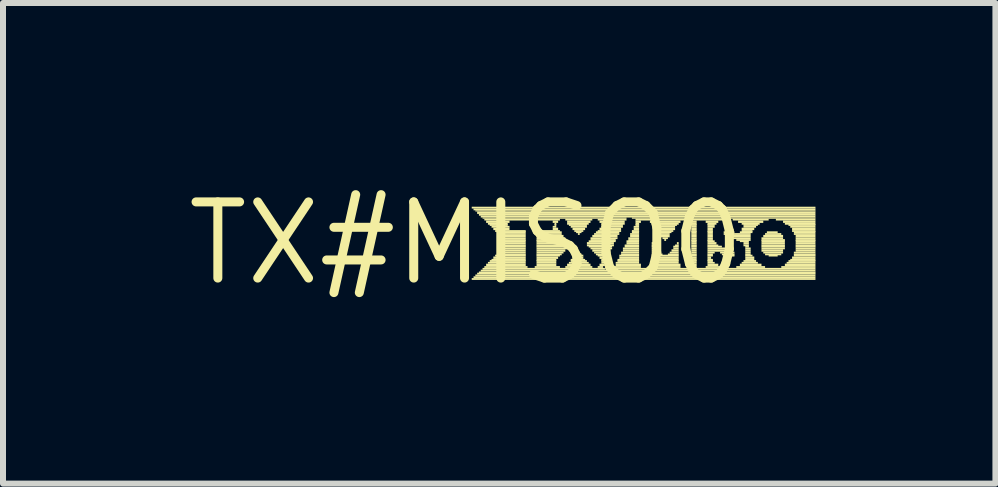
<source format=kicad_pcb>
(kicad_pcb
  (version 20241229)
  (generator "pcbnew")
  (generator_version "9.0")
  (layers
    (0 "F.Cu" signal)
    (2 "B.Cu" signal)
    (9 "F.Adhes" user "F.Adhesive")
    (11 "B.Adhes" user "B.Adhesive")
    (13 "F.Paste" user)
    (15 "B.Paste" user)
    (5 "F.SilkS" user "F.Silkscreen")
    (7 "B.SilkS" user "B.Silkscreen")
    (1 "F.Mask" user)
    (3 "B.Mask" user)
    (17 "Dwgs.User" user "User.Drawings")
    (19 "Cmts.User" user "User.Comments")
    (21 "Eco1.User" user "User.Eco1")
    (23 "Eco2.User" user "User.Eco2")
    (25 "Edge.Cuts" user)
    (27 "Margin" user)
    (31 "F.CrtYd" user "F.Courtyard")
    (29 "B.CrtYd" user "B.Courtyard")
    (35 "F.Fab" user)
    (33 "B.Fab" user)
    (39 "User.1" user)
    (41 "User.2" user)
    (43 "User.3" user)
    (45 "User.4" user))
  (footprint "TX#MISO0"
    (layer "F.Cu")
    (at 4.724 1.006)
    (property "Reference" "TX#MISO0" (at 0 0 0) (layer "F.SilkS") (effects (font (size 1.27 1.27) (thickness 0.15))))
    (fp_poly (pts (xy 0.09 -0.58) (xy 5.82 -0.58) (xy 5.82 -0.61) (xy 0.09 -0.61)) (stroke (width 0) (type solid)) (fill yes) (layer "F.SilkS"))
    (fp_poly (pts (xy 0.09 0.61) (xy 5.82 0.61) (xy 5.82 0.58) (xy 0.09 0.58)) (stroke (width 0) (type solid)) (fill yes) (layer "F.SilkS"))
    (fp_poly (pts (xy 0.12 -0.55) (xy 5.82 -0.55) (xy 5.82 -0.58) (xy 0.12 -0.58)) (stroke (width 0) (type solid)) (fill yes) (layer "F.SilkS"))
    (fp_poly (pts (xy 0.12 0.58) (xy 5.82 0.58) (xy 5.82 0.55) (xy 0.12 0.55)) (stroke (width 0) (type solid)) (fill yes) (layer "F.SilkS"))
    (fp_poly (pts (xy 0.15 -0.53) (xy 5.82 -0.53) (xy 5.82 -0.55) (xy 0.15 -0.55)) (stroke (width 0) (type solid)) (fill yes) (layer "F.SilkS"))
    (fp_poly (pts (xy 0.15 0.55) (xy 5.82 0.55) (xy 5.82 0.52) (xy 0.15 0.52)) (stroke (width 0) (type solid)) (fill yes) (layer "F.SilkS"))
    (fp_poly (pts (xy 0.18 -0.49) (xy 5.82 -0.49) (xy 5.82 -0.53) (xy 0.18 -0.53)) (stroke (width 0) (type solid)) (fill yes) (layer "F.SilkS"))
    (fp_poly (pts (xy 0.18 0.52) (xy 5.82 0.52) (xy 5.82 0.49) (xy 0.18 0.49)) (stroke (width 0) (type solid)) (fill yes) (layer "F.SilkS"))
    (fp_poly (pts (xy 0.21 -0.46) (xy 5.82 -0.46) (xy 5.82 -0.49) (xy 0.21 -0.49)) (stroke (width 0) (type solid)) (fill yes) (layer "F.SilkS"))
    (fp_poly (pts (xy 0.21 0.5) (xy 5.82 0.5) (xy 5.82 0.47) (xy 0.21 0.47)) (stroke (width 0) (type solid)) (fill yes) (layer "F.SilkS"))
    (fp_poly (pts (xy 0.24 -0.43) (xy 5.82 -0.43) (xy 5.82 -0.46) (xy 0.24 -0.46)) (stroke (width 0) (type solid)) (fill yes) (layer "F.SilkS"))
    (fp_poly (pts (xy 0.24 0.47) (xy 2.37 0.47) (xy 2.37 0.44) (xy 0.24 0.44)) (stroke (width 0) (type solid)) (fill yes) (layer "F.SilkS"))
    (fp_poly (pts (xy 0.27 -0.41) (xy 2.67 -0.41) (xy 2.67 -0.43) (xy 0.27 -0.43)) (stroke (width 0) (type solid)) (fill yes) (layer "F.SilkS"))
    (fp_poly (pts (xy 0.27 0.44) (xy 2.31 0.44) (xy 2.31 0.41) (xy 0.27 0.41)) (stroke (width 0) (type solid)) (fill yes) (layer "F.SilkS"))
    (fp_poly (pts (xy 0.3 -0.38) (xy 1.56 -0.38) (xy 1.56 -0.41) (xy 0.3 -0.41)) (stroke (width 0) (type solid)) (fill yes) (layer "F.SilkS"))
    (fp_poly (pts (xy 0.3 0.41) (xy 1.02 0.41) (xy 1.02 0.38) (xy 0.3 0.38)) (stroke (width 0) (type solid)) (fill yes) (layer "F.SilkS"))
    (fp_poly (pts (xy 0.33 -0.34) (xy 0.72 -0.34) (xy 0.72 -0.38) (xy 0.33 -0.38)) (stroke (width 0) (type solid)) (fill yes) (layer "F.SilkS"))
    (fp_poly (pts (xy 0.33 0.38) (xy 0.99 0.38) (xy 0.99 0.34) (xy 0.33 0.34)) (stroke (width 0) (type solid)) (fill yes) (layer "F.SilkS"))
    (fp_poly (pts (xy 0.36 -0.31) (xy 0.69 -0.31) (xy 0.69 -0.34) (xy 0.36 -0.34)) (stroke (width 0) (type solid)) (fill yes) (layer "F.SilkS"))
    (fp_poly (pts (xy 0.36 0.34) (xy 0.99 0.34) (xy 0.99 0.31) (xy 0.36 0.31)) (stroke (width 0) (type solid)) (fill yes) (layer "F.SilkS"))
    (fp_poly (pts (xy 0.39 -0.29) (xy 0.69 -0.29) (xy 0.69 -0.32) (xy 0.39 -0.32)) (stroke (width 0) (type solid)) (fill yes) (layer "F.SilkS"))
    (fp_poly (pts (xy 0.39 0.31) (xy 0.99 0.31) (xy 0.99 0.28) (xy 0.39 0.28)) (stroke (width 0) (type solid)) (fill yes) (layer "F.SilkS"))
    (fp_poly (pts (xy 0.42 -0.26) (xy 0.72 -0.26) (xy 0.72 -0.29) (xy 0.42 -0.29)) (stroke (width 0) (type solid)) (fill yes) (layer "F.SilkS"))
    (fp_poly (pts (xy 0.42 0.29) (xy 0.99 0.29) (xy 0.99 0.26) (xy 0.42 0.26)) (stroke (width 0) (type solid)) (fill yes) (layer "F.SilkS"))
    (fp_poly (pts (xy 0.45 -0.22) (xy 0.72 -0.22) (xy 0.72 -0.26) (xy 0.45 -0.26)) (stroke (width 0) (type solid)) (fill yes) (layer "F.SilkS"))
    (fp_poly (pts (xy 0.45 0.26) (xy 0.99 0.26) (xy 0.99 0.22) (xy 0.45 0.22)) (stroke (width 0) (type solid)) (fill yes) (layer "F.SilkS"))
    (fp_poly (pts (xy 0.48 -0.19) (xy 0.99 -0.19) (xy 0.99 -0.22) (xy 0.48 -0.22)) (stroke (width 0) (type solid)) (fill yes) (layer "F.SilkS"))
    (fp_poly (pts (xy 0.48 0.22) (xy 0.99 0.22) (xy 0.99 0.19) (xy 0.48 0.19)) (stroke (width 0) (type solid)) (fill yes) (layer "F.SilkS"))
    (fp_poly (pts (xy 0.51 -0.17) (xy 0.99 -0.17) (xy 0.99 -0.2) (xy 0.51 -0.2)) (stroke (width 0) (type solid)) (fill yes) (layer "F.SilkS"))
    (fp_poly (pts (xy 0.51 0.2) (xy 0.99 0.2) (xy 0.99 0.17) (xy 0.51 0.17)) (stroke (width 0) (type solid)) (fill yes) (layer "F.SilkS"))
    (fp_poly (pts (xy 0.54 -0.14) (xy 0.99 -0.14) (xy 0.99 -0.17) (xy 0.54 -0.17)) (stroke (width 0) (type solid)) (fill yes) (layer "F.SilkS"))
    (fp_poly (pts (xy 0.54 0.17) (xy 0.99 0.17) (xy 0.99 0.14) (xy 0.54 0.14)) (stroke (width 0) (type solid)) (fill yes) (layer "F.SilkS"))
    (fp_poly (pts (xy 0.57 -0.1) (xy 0.99 -0.1) (xy 0.99 -0.14) (xy 0.57 -0.14)) (stroke (width 0) (type solid)) (fill yes) (layer "F.SilkS"))
    (fp_poly (pts (xy 0.57 0.14) (xy 0.99 0.14) (xy 0.99 0.1) (xy 0.57 0.1)) (stroke (width 0) (type solid)) (fill yes) (layer "F.SilkS"))
    (fp_poly (pts (xy 0.6 -0.07) (xy 0.99 -0.07) (xy 0.99 -0.1) (xy 0.6 -0.1)) (stroke (width 0) (type solid)) (fill yes) (layer "F.SilkS"))
    (fp_poly (pts (xy 0.6 -0.04) (xy 0.99 -0.04) (xy 0.99 -0.07) (xy 0.6 -0.07)) (stroke (width 0) (type solid)) (fill yes) (layer "F.SilkS"))
    (fp_poly (pts (xy 0.6 -0.02) (xy 0.99 -0.02) (xy 0.99 -0.05) (xy 0.6 -0.05)) (stroke (width 0) (type solid)) (fill yes) (layer "F.SilkS"))
    (fp_poly (pts (xy 0.6 0.02) (xy 0.99 0.02) (xy 0.99 -0.02) (xy 0.6 -0.02)) (stroke (width 0) (type solid)) (fill yes) (layer "F.SilkS"))
    (fp_poly (pts (xy 0.6 0.05) (xy 0.99 0.05) (xy 0.99 0.02) (xy 0.6 0.02)) (stroke (width 0) (type solid)) (fill yes) (layer "F.SilkS"))
    (fp_poly (pts (xy 0.6 0.07) (xy 0.99 0.07) (xy 0.99 0.04) (xy 0.6 0.04)) (stroke (width 0) (type solid)) (fill yes) (layer "F.SilkS"))
    (fp_poly (pts (xy 0.6 0.1) (xy 0.99 0.1) (xy 0.99 0.07) (xy 0.6 0.07)) (stroke (width 0) (type solid)) (fill yes) (layer "F.SilkS"))
    (fp_poly (pts (xy 1.14 0.41) (xy 1.56 0.41) (xy 1.56 0.38) (xy 1.14 0.38)) (stroke (width 0) (type solid)) (fill yes) (layer "F.SilkS"))
    (fp_poly (pts (xy 1.17 -0.19) (xy 1.56 -0.19) (xy 1.56 -0.22) (xy 1.17 -0.22)) (stroke (width 0) (type solid)) (fill yes) (layer "F.SilkS"))
    (fp_poly (pts (xy 1.17 -0.17) (xy 1.59 -0.17) (xy 1.59 -0.2) (xy 1.17 -0.2)) (stroke (width 0) (type solid)) (fill yes) (layer "F.SilkS"))
    (fp_poly (pts (xy 1.17 -0.14) (xy 1.59 -0.14) (xy 1.59 -0.17) (xy 1.17 -0.17)) (stroke (width 0) (type solid)) (fill yes) (layer "F.SilkS"))
    (fp_poly (pts (xy 1.17 -0.1) (xy 1.62 -0.1) (xy 1.62 -0.14) (xy 1.17 -0.14)) (stroke (width 0) (type solid)) (fill yes) (layer "F.SilkS"))
    (fp_poly (pts (xy 1.17 -0.07) (xy 1.65 -0.07) (xy 1.65 -0.1) (xy 1.17 -0.1)) (stroke (width 0) (type solid)) (fill yes) (layer "F.SilkS"))
    (fp_poly (pts (xy 1.17 -0.04) (xy 1.68 -0.04) (xy 1.68 -0.07) (xy 1.17 -0.07)) (stroke (width 0) (type solid)) (fill yes) (layer "F.SilkS"))
    (fp_poly (pts (xy 1.17 -0.02) (xy 1.71 -0.02) (xy 1.71 -0.05) (xy 1.17 -0.05)) (stroke (width 0) (type solid)) (fill yes) (layer "F.SilkS"))
    (fp_poly (pts (xy 1.17 0.02) (xy 1.74 0.02) (xy 1.74 -0.02) (xy 1.17 -0.02)) (stroke (width 0) (type solid)) (fill yes) (layer "F.SilkS"))
    (fp_poly (pts (xy 1.17 0.05) (xy 1.71 0.05) (xy 1.71 0.02) (xy 1.17 0.02)) (stroke (width 0) (type solid)) (fill yes) (layer "F.SilkS"))
    (fp_poly (pts (xy 1.17 0.07) (xy 1.68 0.07) (xy 1.68 0.04) (xy 1.17 0.04)) (stroke (width 0) (type solid)) (fill yes) (layer "F.SilkS"))
    (fp_poly (pts (xy 1.17 0.1) (xy 1.68 0.1) (xy 1.68 0.07) (xy 1.17 0.07)) (stroke (width 0) (type solid)) (fill yes) (layer "F.SilkS"))
    (fp_poly (pts (xy 1.17 0.14) (xy 1.65 0.14) (xy 1.65 0.1) (xy 1.17 0.1)) (stroke (width 0) (type solid)) (fill yes) (layer "F.SilkS"))
    (fp_poly (pts (xy 1.17 0.17) (xy 1.62 0.17) (xy 1.62 0.14) (xy 1.17 0.14)) (stroke (width 0) (type solid)) (fill yes) (layer "F.SilkS"))
    (fp_poly (pts (xy 1.17 0.2) (xy 1.59 0.2) (xy 1.59 0.17) (xy 1.17 0.17)) (stroke (width 0) (type solid)) (fill yes) (layer "F.SilkS"))
    (fp_poly (pts (xy 1.17 0.22) (xy 1.56 0.22) (xy 1.56 0.19) (xy 1.17 0.19)) (stroke (width 0) (type solid)) (fill yes) (layer "F.SilkS"))
    (fp_poly (pts (xy 1.17 0.26) (xy 1.53 0.26) (xy 1.53 0.22) (xy 1.17 0.22)) (stroke (width 0) (type solid)) (fill yes) (layer "F.SilkS"))
    (fp_poly (pts (xy 1.17 0.29) (xy 1.5 0.29) (xy 1.5 0.26) (xy 1.17 0.26)) (stroke (width 0) (type solid)) (fill yes) (layer "F.SilkS"))
    (fp_poly (pts (xy 1.17 0.31) (xy 1.5 0.31) (xy 1.5 0.28) (xy 1.17 0.28)) (stroke (width 0) (type solid)) (fill yes) (layer "F.SilkS"))
    (fp_poly (pts (xy 1.17 0.34) (xy 1.5 0.34) (xy 1.5 0.31) (xy 1.17 0.31)) (stroke (width 0) (type solid)) (fill yes) (layer "F.SilkS"))
    (fp_poly (pts (xy 1.17 0.38) (xy 1.5 0.38) (xy 1.5 0.34) (xy 1.17 0.34)) (stroke (width 0) (type solid)) (fill yes) (layer "F.SilkS"))
    (fp_poly (pts (xy 1.44 -0.34) (xy 1.53 -0.34) (xy 1.53 -0.38) (xy 1.44 -0.38)) (stroke (width 0) (type solid)) (fill yes) (layer "F.SilkS"))
    (fp_poly (pts (xy 1.44 -0.26) (xy 1.5 -0.26) (xy 1.5 -0.29) (xy 1.44 -0.29)) (stroke (width 0) (type solid)) (fill yes) (layer "F.SilkS"))
    (fp_poly (pts (xy 1.44 -0.22) (xy 1.53 -0.22) (xy 1.53 -0.26) (xy 1.44 -0.26)) (stroke (width 0) (type solid)) (fill yes) (layer "F.SilkS"))
    (fp_poly (pts (xy 1.47 -0.31) (xy 1.5 -0.31) (xy 1.5 -0.34) (xy 1.47 -0.34)) (stroke (width 0) (type solid)) (fill yes) (layer "F.SilkS"))
    (fp_poly (pts (xy 1.47 -0.29) (xy 1.5 -0.29) (xy 1.5 -0.32) (xy 1.47 -0.32)) (stroke (width 0) (type solid)) (fill yes) (layer "F.SilkS"))
    (fp_poly (pts (xy 1.65 -0.38) (xy 2.1 -0.38) (xy 2.1 -0.41) (xy 1.65 -0.41)) (stroke (width 0) (type solid)) (fill yes) (layer "F.SilkS"))
    (fp_poly (pts (xy 1.65 0.41) (xy 2.1 0.41) (xy 2.1 0.38) (xy 1.65 0.38)) (stroke (width 0) (type solid)) (fill yes) (layer "F.SilkS"))
    (fp_poly (pts (xy 1.68 -0.34) (xy 2.07 -0.34) (xy 2.07 -0.38) (xy 1.68 -0.38)) (stroke (width 0) (type solid)) (fill yes) (layer "F.SilkS"))
    (fp_poly (pts (xy 1.68 -0.31) (xy 2.04 -0.31) (xy 2.04 -0.34) (xy 1.68 -0.34)) (stroke (width 0) (type solid)) (fill yes) (layer "F.SilkS"))
    (fp_poly (pts (xy 1.68 0.38) (xy 2.07 0.38) (xy 2.07 0.34) (xy 1.68 0.34)) (stroke (width 0) (type solid)) (fill yes) (layer "F.SilkS"))
    (fp_poly (pts (xy 1.71 -0.29) (xy 2.01 -0.29) (xy 2.01 -0.32) (xy 1.71 -0.32)) (stroke (width 0) (type solid)) (fill yes) (layer "F.SilkS"))
    (fp_poly (pts (xy 1.71 0.34) (xy 2.04 0.34) (xy 2.04 0.31) (xy 1.71 0.31)) (stroke (width 0) (type solid)) (fill yes) (layer "F.SilkS"))
    (fp_poly (pts (xy 1.74 -0.26) (xy 2.01 -0.26) (xy 2.01 -0.29) (xy 1.74 -0.29)) (stroke (width 0) (type solid)) (fill yes) (layer "F.SilkS"))
    (fp_poly (pts (xy 1.74 0.29) (xy 1.98 0.29) (xy 1.98 0.26) (xy 1.74 0.26)) (stroke (width 0) (type solid)) (fill yes) (layer "F.SilkS"))
    (fp_poly (pts (xy 1.74 0.31) (xy 2.01 0.31) (xy 2.01 0.28) (xy 1.74 0.28)) (stroke (width 0) (type solid)) (fill yes) (layer "F.SilkS"))
    (fp_poly (pts (xy 1.77 -0.22) (xy 1.98 -0.22) (xy 1.98 -0.26) (xy 1.77 -0.26)) (stroke (width 0) (type solid)) (fill yes) (layer "F.SilkS"))
    (fp_poly (pts (xy 1.77 0.26) (xy 1.95 0.26) (xy 1.95 0.22) (xy 1.77 0.22)) (stroke (width 0) (type solid)) (fill yes) (layer "F.SilkS"))
    (fp_poly (pts (xy 1.8 -0.19) (xy 1.95 -0.19) (xy 1.95 -0.22) (xy 1.8 -0.22)) (stroke (width 0) (type solid)) (fill yes) (layer "F.SilkS"))
    (fp_poly (pts (xy 1.8 0.22) (xy 1.95 0.22) (xy 1.95 0.19) (xy 1.8 0.19)) (stroke (width 0) (type solid)) (fill yes) (layer "F.SilkS"))
    (fp_poly (pts (xy 1.83 -0.17) (xy 1.92 -0.17) (xy 1.92 -0.2) (xy 1.83 -0.2)) (stroke (width 0) (type solid)) (fill yes) (layer "F.SilkS"))
    (fp_poly (pts (xy 1.83 0.2) (xy 1.92 0.2) (xy 1.92 0.17) (xy 1.83 0.17)) (stroke (width 0) (type solid)) (fill yes) (layer "F.SilkS"))
    (fp_poly (pts (xy 1.86 -0.14) (xy 1.89 -0.14) (xy 1.89 -0.17) (xy 1.86 -0.17)) (stroke (width 0) (type solid)) (fill yes) (layer "F.SilkS"))
    (fp_poly (pts (xy 1.86 0.17) (xy 1.89 0.17) (xy 1.89 0.14) (xy 1.86 0.14)) (stroke (width 0) (type solid)) (fill yes) (layer "F.SilkS"))
    (fp_poly (pts (xy 2.01 0.02) (xy 2.46 0.02) (xy 2.46 -0.02) (xy 2.01 -0.02)) (stroke (width 0) (type solid)) (fill yes) (layer "F.SilkS"))
    (fp_poly (pts (xy 2.01 0.05) (xy 2.46 0.05) (xy 2.46 0.02) (xy 2.01 0.02)) (stroke (width 0) (type solid)) (fill yes) (layer "F.SilkS"))
    (fp_poly (pts (xy 2.04 -0.02) (xy 2.49 -0.02) (xy 2.49 -0.05) (xy 2.04 -0.05)) (stroke (width 0) (type solid)) (fill yes) (layer "F.SilkS"))
    (fp_poly (pts (xy 2.04 0.07) (xy 2.43 0.07) (xy 2.43 0.04) (xy 2.04 0.04)) (stroke (width 0) (type solid)) (fill yes) (layer "F.SilkS"))
    (fp_poly (pts (xy 2.07 -0.07) (xy 2.52 -0.07) (xy 2.52 -0.1) (xy 2.07 -0.1)) (stroke (width 0) (type solid)) (fill yes) (layer "F.SilkS"))
    (fp_poly (pts (xy 2.07 -0.04) (xy 2.49 -0.04) (xy 2.49 -0.07) (xy 2.07 -0.07)) (stroke (width 0) (type solid)) (fill yes) (layer "F.SilkS"))
    (fp_poly (pts (xy 2.07 0.1) (xy 2.43 0.1) (xy 2.43 0.07) (xy 2.07 0.07)) (stroke (width 0) (type solid)) (fill yes) (layer "F.SilkS"))
    (fp_poly (pts (xy 2.1 -0.1) (xy 2.52 -0.1) (xy 2.52 -0.14) (xy 2.1 -0.14)) (stroke (width 0) (type solid)) (fill yes) (layer "F.SilkS"))
    (fp_poly (pts (xy 2.1 0.14) (xy 2.4 0.14) (xy 2.4 0.1) (xy 2.1 0.1)) (stroke (width 0) (type solid)) (fill yes) (layer "F.SilkS"))
    (fp_poly (pts (xy 2.13 -0.14) (xy 2.55 -0.14) (xy 2.55 -0.17) (xy 2.13 -0.17)) (stroke (width 0) (type solid)) (fill yes) (layer "F.SilkS"))
    (fp_poly (pts (xy 2.13 0.17) (xy 2.4 0.17) (xy 2.4 0.14) (xy 2.13 0.14)) (stroke (width 0) (type solid)) (fill yes) (layer "F.SilkS"))
    (fp_poly (pts (xy 2.16 -0.17) (xy 2.55 -0.17) (xy 2.55 -0.2) (xy 2.16 -0.2)) (stroke (width 0) (type solid)) (fill yes) (layer "F.SilkS"))
    (fp_poly (pts (xy 2.16 0.2) (xy 2.37 0.2) (xy 2.37 0.17) (xy 2.16 0.17)) (stroke (width 0) (type solid)) (fill yes) (layer "F.SilkS"))
    (fp_poly (pts (xy 2.19 -0.38) (xy 2.67 -0.38) (xy 2.67 -0.41) (xy 2.19 -0.41)) (stroke (width 0) (type solid)) (fill yes) (layer "F.SilkS"))
    (fp_poly (pts (xy 2.19 -0.19) (xy 2.58 -0.19) (xy 2.58 -0.22) (xy 2.19 -0.22)) (stroke (width 0) (type solid)) (fill yes) (layer "F.SilkS"))
    (fp_poly (pts (xy 2.19 0.22) (xy 2.37 0.22) (xy 2.37 0.19) (xy 2.19 0.19)) (stroke (width 0) (type solid)) (fill yes) (layer "F.SilkS"))
    (fp_poly (pts (xy 2.19 0.41) (xy 2.28 0.41) (xy 2.28 0.38) (xy 2.19 0.38)) (stroke (width 0) (type solid)) (fill yes) (layer "F.SilkS"))
    (fp_poly (pts (xy 2.22 -0.34) (xy 2.64 -0.34) (xy 2.64 -0.38) (xy 2.22 -0.38)) (stroke (width 0) (type solid)) (fill yes) (layer "F.SilkS"))
    (fp_poly (pts (xy 2.22 -0.22) (xy 2.58 -0.22) (xy 2.58 -0.26) (xy 2.22 -0.26)) (stroke (width 0) (type solid)) (fill yes) (layer "F.SilkS"))
    (fp_poly (pts (xy 2.22 0.26) (xy 2.34 0.26) (xy 2.34 0.22) (xy 2.22 0.22)) (stroke (width 0) (type solid)) (fill yes) (layer "F.SilkS"))
    (fp_poly (pts (xy 2.22 0.38) (xy 2.31 0.38) (xy 2.31 0.34) (xy 2.22 0.34)) (stroke (width 0) (type solid)) (fill yes) (layer "F.SilkS"))
    (fp_poly (pts (xy 2.25 -0.31) (xy 2.64 -0.31) (xy 2.64 -0.34) (xy 2.25 -0.34)) (stroke (width 0) (type solid)) (fill yes) (layer "F.SilkS"))
    (fp_poly (pts (xy 2.25 -0.29) (xy 2.61 -0.29) (xy 2.61 -0.32) (xy 2.25 -0.32)) (stroke (width 0) (type solid)) (fill yes) (layer "F.SilkS"))
    (fp_poly (pts (xy 2.25 -0.26) (xy 2.61 -0.26) (xy 2.61 -0.29) (xy 2.25 -0.29)) (stroke (width 0) (type solid)) (fill yes) (layer "F.SilkS"))
    (fp_poly (pts (xy 2.25 0.29) (xy 2.34 0.29) (xy 2.34 0.26) (xy 2.25 0.26)) (stroke (width 0) (type solid)) (fill yes) (layer "F.SilkS"))
    (fp_poly (pts (xy 2.25 0.31) (xy 2.34 0.31) (xy 2.34 0.28) (xy 2.25 0.28)) (stroke (width 0) (type solid)) (fill yes) (layer "F.SilkS"))
    (fp_poly (pts (xy 2.25 0.34) (xy 2.31 0.34) (xy 2.31 0.31) (xy 2.25 0.31)) (stroke (width 0) (type solid)) (fill yes) (layer "F.SilkS"))
    (fp_poly (pts (xy 2.43 0.47) (xy 5.82 0.47) (xy 5.82 0.44) (xy 2.43 0.44)) (stroke (width 0) (type solid)) (fill yes) (layer "F.SilkS"))
    (fp_poly (pts (xy 2.46 0.41) (xy 2.91 0.41) (xy 2.91 0.38) (xy 2.46 0.38)) (stroke (width 0) (type solid)) (fill yes) (layer "F.SilkS"))
    (fp_poly (pts (xy 2.46 0.44) (xy 5.82 0.44) (xy 5.82 0.41) (xy 2.46 0.41)) (stroke (width 0) (type solid)) (fill yes) (layer "F.SilkS"))
    (fp_poly (pts (xy 2.49 0.34) (xy 2.88 0.34) (xy 2.88 0.31) (xy 2.49 0.31)) (stroke (width 0) (type solid)) (fill yes) (layer "F.SilkS"))
    (fp_poly (pts (xy 2.49 0.38) (xy 2.91 0.38) (xy 2.91 0.34) (xy 2.49 0.34)) (stroke (width 0) (type solid)) (fill yes) (layer "F.SilkS"))
    (fp_poly (pts (xy 2.52 0.29) (xy 2.88 0.29) (xy 2.88 0.26) (xy 2.52 0.26)) (stroke (width 0) (type solid)) (fill yes) (layer "F.SilkS"))
    (fp_poly (pts (xy 2.52 0.31) (xy 2.88 0.31) (xy 2.88 0.28) (xy 2.52 0.28)) (stroke (width 0) (type solid)) (fill yes) (layer "F.SilkS"))
    (fp_poly (pts (xy 2.55 0.22) (xy 2.88 0.22) (xy 2.88 0.19) (xy 2.55 0.19)) (stroke (width 0) (type solid)) (fill yes) (layer "F.SilkS"))
    (fp_poly (pts (xy 2.55 0.26) (xy 2.88 0.26) (xy 2.88 0.22) (xy 2.55 0.22)) (stroke (width 0) (type solid)) (fill yes) (layer "F.SilkS"))
    (fp_poly (pts (xy 2.58 0.17) (xy 2.88 0.17) (xy 2.88 0.14) (xy 2.58 0.14)) (stroke (width 0) (type solid)) (fill yes) (layer "F.SilkS"))
    (fp_poly (pts (xy 2.58 0.2) (xy 2.88 0.2) (xy 2.88 0.17) (xy 2.58 0.17)) (stroke (width 0) (type solid)) (fill yes) (layer "F.SilkS"))
    (fp_poly (pts (xy 2.61 0.1) (xy 2.88 0.1) (xy 2.88 0.07) (xy 2.61 0.07)) (stroke (width 0) (type solid)) (fill yes) (layer "F.SilkS"))
    (fp_poly (pts (xy 2.61 0.14) (xy 2.88 0.14) (xy 2.88 0.1) (xy 2.61 0.1)) (stroke (width 0) (type solid)) (fill yes) (layer "F.SilkS"))
    (fp_poly (pts (xy 2.64 0.05) (xy 2.88 0.05) (xy 2.88 0.02) (xy 2.64 0.02)) (stroke (width 0) (type solid)) (fill yes) (layer "F.SilkS"))
    (fp_poly (pts (xy 2.64 0.07) (xy 2.88 0.07) (xy 2.88 0.04) (xy 2.64 0.04)) (stroke (width 0) (type solid)) (fill yes) (layer "F.SilkS"))
    (fp_poly (pts (xy 2.67 -0.02) (xy 2.88 -0.02) (xy 2.88 -0.05) (xy 2.67 -0.05)) (stroke (width 0) (type solid)) (fill yes) (layer "F.SilkS"))
    (fp_poly (pts (xy 2.67 0.02) (xy 2.88 0.02) (xy 2.88 -0.02) (xy 2.67 -0.02)) (stroke (width 0) (type solid)) (fill yes) (layer "F.SilkS"))
    (fp_poly (pts (xy 2.7 -0.07) (xy 2.88 -0.07) (xy 2.88 -0.1) (xy 2.7 -0.1)) (stroke (width 0) (type solid)) (fill yes) (layer "F.SilkS"))
    (fp_poly (pts (xy 2.7 -0.04) (xy 2.88 -0.04) (xy 2.88 -0.07) (xy 2.7 -0.07)) (stroke (width 0) (type solid)) (fill yes) (layer "F.SilkS"))
    (fp_poly (pts (xy 2.73 -0.14) (xy 2.88 -0.14) (xy 2.88 -0.17) (xy 2.73 -0.17)) (stroke (width 0) (type solid)) (fill yes) (layer "F.SilkS"))
    (fp_poly (pts (xy 2.73 -0.1) (xy 2.88 -0.1) (xy 2.88 -0.14) (xy 2.73 -0.14)) (stroke (width 0) (type solid)) (fill yes) (layer "F.SilkS"))
    (fp_poly (pts (xy 2.76 -0.41) (xy 5.82 -0.41) (xy 5.82 -0.43) (xy 2.76 -0.43)) (stroke (width 0) (type solid)) (fill yes) (layer "F.SilkS"))
    (fp_poly (pts (xy 2.76 -0.19) (xy 2.88 -0.19) (xy 2.88 -0.22) (xy 2.76 -0.22)) (stroke (width 0) (type solid)) (fill yes) (layer "F.SilkS"))
    (fp_poly (pts (xy 2.76 -0.17) (xy 2.88 -0.17) (xy 2.88 -0.2) (xy 2.76 -0.2)) (stroke (width 0) (type solid)) (fill yes) (layer "F.SilkS"))
    (fp_poly (pts (xy 2.79 -0.26) (xy 2.88 -0.26) (xy 2.88 -0.29) (xy 2.79 -0.29)) (stroke (width 0) (type solid)) (fill yes) (layer "F.SilkS"))
    (fp_poly (pts (xy 2.79 -0.22) (xy 2.88 -0.22) (xy 2.88 -0.26) (xy 2.79 -0.26)) (stroke (width 0) (type solid)) (fill yes) (layer "F.SilkS"))
    (fp_poly (pts (xy 2.82 -0.38) (xy 4.29 -0.38) (xy 4.29 -0.41) (xy 2.82 -0.41)) (stroke (width 0) (type solid)) (fill yes) (layer "F.SilkS"))
    (fp_poly (pts (xy 2.82 -0.34) (xy 2.91 -0.34) (xy 2.91 -0.38) (xy 2.82 -0.38)) (stroke (width 0) (type solid)) (fill yes) (layer "F.SilkS"))
    (fp_poly (pts (xy 2.82 -0.31) (xy 2.88 -0.31) (xy 2.88 -0.34) (xy 2.82 -0.34)) (stroke (width 0) (type solid)) (fill yes) (layer "F.SilkS"))
    (fp_poly (pts (xy 2.82 -0.29) (xy 2.88 -0.29) (xy 2.88 -0.32) (xy 2.82 -0.32)) (stroke (width 0) (type solid)) (fill yes) (layer "F.SilkS"))
    (fp_poly (pts (xy 3.06 -0.34) (xy 3.57 -0.34) (xy 3.57 -0.38) (xy 3.06 -0.38)) (stroke (width 0) (type solid)) (fill yes) (layer "F.SilkS"))
    (fp_poly (pts (xy 3.06 0.38) (xy 3.57 0.38) (xy 3.57 0.34) (xy 3.06 0.34)) (stroke (width 0) (type solid)) (fill yes) (layer "F.SilkS"))
    (fp_poly (pts (xy 3.06 0.41) (xy 3.57 0.41) (xy 3.57 0.38) (xy 3.06 0.38)) (stroke (width 0) (type solid)) (fill yes) (layer "F.SilkS"))
    (fp_poly (pts (xy 3.09 -0.31) (xy 3.54 -0.31) (xy 3.54 -0.34) (xy 3.09 -0.34)) (stroke (width 0) (type solid)) (fill yes) (layer "F.SilkS"))
    (fp_poly (pts (xy 3.09 0.02) (xy 3.12 0.02) (xy 3.12 -0.02) (xy 3.09 -0.02)) (stroke (width 0) (type solid)) (fill yes) (layer "F.SilkS"))
    (fp_poly (pts (xy 3.09 0.05) (xy 3.15 0.05) (xy 3.15 0.02) (xy 3.09 0.02)) (stroke (width 0) (type solid)) (fill yes) (layer "F.SilkS"))
    (fp_poly (pts (xy 3.09 0.07) (xy 3.15 0.07) (xy 3.15 0.04) (xy 3.09 0.04)) (stroke (width 0) (type solid)) (fill yes) (layer "F.SilkS"))
    (fp_poly (pts (xy 3.09 0.1) (xy 3.18 0.1) (xy 3.18 0.07) (xy 3.09 0.07)) (stroke (width 0) (type solid)) (fill yes) (layer "F.SilkS"))
    (fp_poly (pts (xy 3.09 0.14) (xy 3.21 0.14) (xy 3.21 0.1) (xy 3.09 0.1)) (stroke (width 0) (type solid)) (fill yes) (layer "F.SilkS"))
    (fp_poly (pts (xy 3.09 0.17) (xy 3.24 0.17) (xy 3.24 0.14) (xy 3.09 0.14)) (stroke (width 0) (type solid)) (fill yes) (layer "F.SilkS"))
    (fp_poly (pts (xy 3.09 0.2) (xy 3.27 0.2) (xy 3.27 0.17) (xy 3.09 0.17)) (stroke (width 0) (type solid)) (fill yes) (layer "F.SilkS"))
    (fp_poly (pts (xy 3.09 0.22) (xy 3.54 0.22) (xy 3.54 0.19) (xy 3.09 0.19)) (stroke (width 0) (type solid)) (fill yes) (layer "F.SilkS"))
    (fp_poly (pts (xy 3.09 0.26) (xy 3.54 0.26) (xy 3.54 0.22) (xy 3.09 0.22)) (stroke (width 0) (type solid)) (fill yes) (layer "F.SilkS"))
    (fp_poly (pts (xy 3.09 0.29) (xy 3.54 0.29) (xy 3.54 0.26) (xy 3.09 0.26)) (stroke (width 0) (type solid)) (fill yes) (layer "F.SilkS"))
    (fp_poly (pts (xy 3.09 0.31) (xy 3.54 0.31) (xy 3.54 0.28) (xy 3.09 0.28)) (stroke (width 0) (type solid)) (fill yes) (layer "F.SilkS"))
    (fp_poly (pts (xy 3.09 0.34) (xy 3.54 0.34) (xy 3.54 0.31) (xy 3.09 0.31)) (stroke (width 0) (type solid)) (fill yes) (layer "F.SilkS"))
    (fp_poly (pts (xy 3.12 -0.29) (xy 3.51 -0.29) (xy 3.51 -0.32) (xy 3.12 -0.32)) (stroke (width 0) (type solid)) (fill yes) (layer "F.SilkS"))
    (fp_poly (pts (xy 3.12 -0.26) (xy 3.48 -0.26) (xy 3.48 -0.29) (xy 3.12 -0.29)) (stroke (width 0) (type solid)) (fill yes) (layer "F.SilkS"))
    (fp_poly (pts (xy 3.15 -0.22) (xy 3.48 -0.22) (xy 3.48 -0.26) (xy 3.15 -0.26)) (stroke (width 0) (type solid)) (fill yes) (layer "F.SilkS"))
    (fp_poly (pts (xy 3.18 -0.19) (xy 3.45 -0.19) (xy 3.45 -0.22) (xy 3.18 -0.22)) (stroke (width 0) (type solid)) (fill yes) (layer "F.SilkS"))
    (fp_poly (pts (xy 3.21 -0.17) (xy 3.42 -0.17) (xy 3.42 -0.2) (xy 3.21 -0.2)) (stroke (width 0) (type solid)) (fill yes) (layer "F.SilkS"))
    (fp_poly (pts (xy 3.21 -0.14) (xy 3.39 -0.14) (xy 3.39 -0.17) (xy 3.21 -0.17)) (stroke (width 0) (type solid)) (fill yes) (layer "F.SilkS"))
    (fp_poly (pts (xy 3.24 -0.1) (xy 3.39 -0.1) (xy 3.39 -0.14) (xy 3.24 -0.14)) (stroke (width 0) (type solid)) (fill yes) (layer "F.SilkS"))
    (fp_poly (pts (xy 3.27 -0.07) (xy 3.36 -0.07) (xy 3.36 -0.1) (xy 3.27 -0.1)) (stroke (width 0) (type solid)) (fill yes) (layer "F.SilkS"))
    (fp_poly (pts (xy 3.3 -0.04) (xy 3.33 -0.04) (xy 3.33 -0.07) (xy 3.3 -0.07)) (stroke (width 0) (type solid)) (fill yes) (layer "F.SilkS"))
    (fp_poly (pts (xy 3.36 0.2) (xy 3.54 0.2) (xy 3.54 0.17) (xy 3.36 0.17)) (stroke (width 0) (type solid)) (fill yes) (layer "F.SilkS"))
    (fp_poly (pts (xy 3.39 0.17) (xy 3.54 0.17) (xy 3.54 0.14) (xy 3.39 0.14)) (stroke (width 0) (type solid)) (fill yes) (layer "F.SilkS"))
    (fp_poly (pts (xy 3.42 0.14) (xy 3.54 0.14) (xy 3.54 0.1) (xy 3.42 0.1)) (stroke (width 0) (type solid)) (fill yes) (layer "F.SilkS"))
    (fp_poly (pts (xy 3.45 0.07) (xy 3.54 0.07) (xy 3.54 0.04) (xy 3.45 0.04)) (stroke (width 0) (type solid)) (fill yes) (layer "F.SilkS"))
    (fp_poly (pts (xy 3.45 0.1) (xy 3.54 0.1) (xy 3.54 0.07) (xy 3.45 0.07)) (stroke (width 0) (type solid)) (fill yes) (layer "F.SilkS"))
    (fp_poly (pts (xy 3.48 0.05) (xy 3.54 0.05) (xy 3.54 0.02) (xy 3.48 0.02)) (stroke (width 0) (type solid)) (fill yes) (layer "F.SilkS"))
    (fp_poly (pts (xy 3.51 0.02) (xy 3.54 0.02) (xy 3.54 -0.02) (xy 3.51 -0.02)) (stroke (width 0) (type solid)) (fill yes) (layer "F.SilkS"))
    (fp_poly (pts (xy 3.72 -0.34) (xy 3.84 -0.34) (xy 3.84 -0.38) (xy 3.72 -0.38)) (stroke (width 0) (type solid)) (fill yes) (layer "F.SilkS"))
    (fp_poly (pts (xy 3.72 0.38) (xy 3.84 0.38) (xy 3.84 0.34) (xy 3.72 0.34)) (stroke (width 0) (type solid)) (fill yes) (layer "F.SilkS"))
    (fp_poly (pts (xy 3.72 0.41) (xy 3.84 0.41) (xy 3.84 0.38) (xy 3.72 0.38)) (stroke (width 0) (type solid)) (fill yes) (layer "F.SilkS"))
    (fp_poly (pts (xy 3.75 -0.31) (xy 3.84 -0.31) (xy 3.84 -0.34) (xy 3.75 -0.34)) (stroke (width 0) (type solid)) (fill yes) (layer "F.SilkS"))
    (fp_poly (pts (xy 3.75 -0.29) (xy 3.84 -0.29) (xy 3.84 -0.32) (xy 3.75 -0.32)) (stroke (width 0) (type solid)) (fill yes) (layer "F.SilkS"))
    (fp_poly (pts (xy 3.75 -0.26) (xy 3.84 -0.26) (xy 3.84 -0.29) (xy 3.75 -0.29)) (stroke (width 0) (type solid)) (fill yes) (layer "F.SilkS"))
    (fp_poly (pts (xy 3.75 -0.22) (xy 3.84 -0.22) (xy 3.84 -0.26) (xy 3.75 -0.26)) (stroke (width 0) (type solid)) (fill yes) (layer "F.SilkS"))
    (fp_poly (pts (xy 3.75 -0.19) (xy 3.84 -0.19) (xy 3.84 -0.22) (xy 3.75 -0.22)) (stroke (width 0) (type solid)) (fill yes) (layer "F.SilkS"))
    (fp_poly (pts (xy 3.75 -0.17) (xy 3.84 -0.17) (xy 3.84 -0.2) (xy 3.75 -0.2)) (stroke (width 0) (type solid)) (fill yes) (layer "F.SilkS"))
    (fp_poly (pts (xy 3.75 -0.14) (xy 3.84 -0.14) (xy 3.84 -0.17) (xy 3.75 -0.17)) (stroke (width 0) (type solid)) (fill yes) (layer "F.SilkS"))
    (fp_poly (pts (xy 3.75 -0.1) (xy 3.84 -0.1) (xy 3.84 -0.14) (xy 3.75 -0.14)) (stroke (width 0) (type solid)) (fill yes) (layer "F.SilkS"))
    (fp_poly (pts (xy 3.75 -0.07) (xy 3.84 -0.07) (xy 3.84 -0.1) (xy 3.75 -0.1)) (stroke (width 0) (type solid)) (fill yes) (layer "F.SilkS"))
    (fp_poly (pts (xy 3.75 -0.04) (xy 3.84 -0.04) (xy 3.84 -0.07) (xy 3.75 -0.07)) (stroke (width 0) (type solid)) (fill yes) (layer "F.SilkS"))
    (fp_poly (pts (xy 3.75 -0.02) (xy 3.84 -0.02) (xy 3.84 -0.05) (xy 3.75 -0.05)) (stroke (width 0) (type solid)) (fill yes) (layer "F.SilkS"))
    (fp_poly (pts (xy 3.75 0.02) (xy 3.84 0.02) (xy 3.84 -0.02) (xy 3.75 -0.02)) (stroke (width 0) (type solid)) (fill yes) (layer "F.SilkS"))
    (fp_poly (pts (xy 3.75 0.05) (xy 3.84 0.05) (xy 3.84 0.02) (xy 3.75 0.02)) (stroke (width 0) (type solid)) (fill yes) (layer "F.SilkS"))
    (fp_poly (pts (xy 3.75 0.07) (xy 3.84 0.07) (xy 3.84 0.04) (xy 3.75 0.04)) (stroke (width 0) (type solid)) (fill yes) (layer "F.SilkS"))
    (fp_poly (pts (xy 3.75 0.1) (xy 3.84 0.1) (xy 3.84 0.07) (xy 3.75 0.07)) (stroke (width 0) (type solid)) (fill yes) (layer "F.SilkS"))
    (fp_poly (pts (xy 3.75 0.14) (xy 3.84 0.14) (xy 3.84 0.1) (xy 3.75 0.1)) (stroke (width 0) (type solid)) (fill yes) (layer "F.SilkS"))
    (fp_poly (pts (xy 3.75 0.17) (xy 3.84 0.17) (xy 3.84 0.14) (xy 3.75 0.14)) (stroke (width 0) (type solid)) (fill yes) (layer "F.SilkS"))
    (fp_poly (pts (xy 3.75 0.2) (xy 3.84 0.2) (xy 3.84 0.17) (xy 3.75 0.17)) (stroke (width 0) (type solid)) (fill yes) (layer "F.SilkS"))
    (fp_poly (pts (xy 3.75 0.22) (xy 3.84 0.22) (xy 3.84 0.19) (xy 3.75 0.19)) (stroke (width 0) (type solid)) (fill yes) (layer "F.SilkS"))
    (fp_poly (pts (xy 3.75 0.26) (xy 3.84 0.26) (xy 3.84 0.22) (xy 3.75 0.22)) (stroke (width 0) (type solid)) (fill yes) (layer "F.SilkS"))
    (fp_poly (pts (xy 3.75 0.29) (xy 3.84 0.29) (xy 3.84 0.26) (xy 3.75 0.26)) (stroke (width 0) (type solid)) (fill yes) (layer "F.SilkS"))
    (fp_poly (pts (xy 3.75 0.31) (xy 3.84 0.31) (xy 3.84 0.28) (xy 3.75 0.28)) (stroke (width 0) (type solid)) (fill yes) (layer "F.SilkS"))
    (fp_poly (pts (xy 3.75 0.34) (xy 3.84 0.34) (xy 3.84 0.31) (xy 3.75 0.31)) (stroke (width 0) (type solid)) (fill yes) (layer "F.SilkS"))
    (fp_poly (pts (xy 3.99 -0.34) (xy 4.2 -0.34) (xy 4.2 -0.38) (xy 3.99 -0.38)) (stroke (width 0) (type solid)) (fill yes) (layer "F.SilkS"))
    (fp_poly (pts (xy 3.99 0.41) (xy 4.23 0.41) (xy 4.23 0.38) (xy 3.99 0.38)) (stroke (width 0) (type solid)) (fill yes) (layer "F.SilkS"))
    (fp_poly (pts (xy 4.02 -0.31) (xy 4.17 -0.31) (xy 4.17 -0.34) (xy 4.02 -0.34)) (stroke (width 0) (type solid)) (fill yes) (layer "F.SilkS"))
    (fp_poly (pts (xy 4.02 -0.29) (xy 4.14 -0.29) (xy 4.14 -0.32) (xy 4.02 -0.32)) (stroke (width 0) (type solid)) (fill yes) (layer "F.SilkS"))
    (fp_poly (pts (xy 4.02 -0.26) (xy 4.14 -0.26) (xy 4.14 -0.29) (xy 4.02 -0.29)) (stroke (width 0) (type solid)) (fill yes) (layer "F.SilkS"))
    (fp_poly (pts (xy 4.02 -0.22) (xy 4.11 -0.22) (xy 4.11 -0.26) (xy 4.02 -0.26)) (stroke (width 0) (type solid)) (fill yes) (layer "F.SilkS"))
    (fp_poly (pts (xy 4.02 -0.19) (xy 4.11 -0.19) (xy 4.11 -0.22) (xy 4.02 -0.22)) (stroke (width 0) (type solid)) (fill yes) (layer "F.SilkS"))
    (fp_poly (pts (xy 4.02 -0.17) (xy 4.11 -0.17) (xy 4.11 -0.2) (xy 4.02 -0.2)) (stroke (width 0) (type solid)) (fill yes) (layer "F.SilkS"))
    (fp_poly (pts (xy 4.02 -0.14) (xy 4.11 -0.14) (xy 4.11 -0.17) (xy 4.02 -0.17)) (stroke (width 0) (type solid)) (fill yes) (layer "F.SilkS"))
    (fp_poly (pts (xy 4.02 -0.1) (xy 4.11 -0.1) (xy 4.11 -0.14) (xy 4.02 -0.14)) (stroke (width 0) (type solid)) (fill yes) (layer "F.SilkS"))
    (fp_poly (pts (xy 4.02 -0.07) (xy 4.11 -0.07) (xy 4.11 -0.1) (xy 4.02 -0.1)) (stroke (width 0) (type solid)) (fill yes) (layer "F.SilkS"))
    (fp_poly (pts (xy 4.02 -0.04) (xy 4.11 -0.04) (xy 4.11 -0.07) (xy 4.02 -0.07)) (stroke (width 0) (type solid)) (fill yes) (layer "F.SilkS"))
    (fp_poly (pts (xy 4.02 -0.02) (xy 4.14 -0.02) (xy 4.14 -0.05) (xy 4.02 -0.05)) (stroke (width 0) (type solid)) (fill yes) (layer "F.SilkS"))
    (fp_poly (pts (xy 4.02 0.02) (xy 4.17 0.02) (xy 4.17 -0.02) (xy 4.02 -0.02)) (stroke (width 0) (type solid)) (fill yes) (layer "F.SilkS"))
    (fp_poly (pts (xy 4.02 0.05) (xy 4.2 0.05) (xy 4.2 0.02) (xy 4.02 0.02)) (stroke (width 0) (type solid)) (fill yes) (layer "F.SilkS"))
    (fp_poly (pts (xy 4.02 0.07) (xy 4.26 0.07) (xy 4.26 0.04) (xy 4.02 0.04)) (stroke (width 0) (type solid)) (fill yes) (layer "F.SilkS"))
    (fp_poly (pts (xy 4.02 0.1) (xy 4.38 0.1) (xy 4.38 0.07) (xy 4.02 0.07)) (stroke (width 0) (type solid)) (fill yes) (layer "F.SilkS"))
    (fp_poly (pts (xy 4.02 0.14) (xy 4.44 0.14) (xy 4.44 0.1) (xy 4.02 0.1)) (stroke (width 0) (type solid)) (fill yes) (layer "F.SilkS"))
    (fp_poly (pts (xy 4.02 0.17) (xy 4.14 0.17) (xy 4.14 0.14) (xy 4.02 0.14)) (stroke (width 0) (type solid)) (fill yes) (layer "F.SilkS"))
    (fp_poly (pts (xy 4.02 0.2) (xy 4.11 0.2) (xy 4.11 0.17) (xy 4.02 0.17)) (stroke (width 0) (type solid)) (fill yes) (layer "F.SilkS"))
    (fp_poly (pts (xy 4.02 0.22) (xy 4.11 0.22) (xy 4.11 0.19) (xy 4.02 0.19)) (stroke (width 0) (type solid)) (fill yes) (layer "F.SilkS"))
    (fp_poly (pts (xy 4.02 0.26) (xy 4.08 0.26) (xy 4.08 0.22) (xy 4.02 0.22)) (stroke (width 0) (type solid)) (fill yes) (layer "F.SilkS"))
    (fp_poly (pts (xy 4.02 0.29) (xy 4.11 0.29) (xy 4.11 0.26) (xy 4.02 0.26)) (stroke (width 0) (type solid)) (fill yes) (layer "F.SilkS"))
    (fp_poly (pts (xy 4.02 0.31) (xy 4.11 0.31) (xy 4.11 0.28) (xy 4.02 0.28)) (stroke (width 0) (type solid)) (fill yes) (layer "F.SilkS"))
    (fp_poly (pts (xy 4.02 0.34) (xy 4.14 0.34) (xy 4.14 0.31) (xy 4.02 0.31)) (stroke (width 0) (type solid)) (fill yes) (layer "F.SilkS"))
    (fp_poly (pts (xy 4.02 0.38) (xy 4.2 0.38) (xy 4.2 0.34) (xy 4.02 0.34)) (stroke (width 0) (type solid)) (fill yes) (layer "F.SilkS"))
    (fp_poly (pts (xy 4.23 0.17) (xy 4.47 0.17) (xy 4.47 0.14) (xy 4.23 0.14)) (stroke (width 0) (type solid)) (fill yes) (layer "F.SilkS"))
    (fp_poly (pts (xy 4.26 0.2) (xy 4.47 0.2) (xy 4.47 0.17) (xy 4.26 0.17)) (stroke (width 0) (type solid)) (fill yes) (layer "F.SilkS"))
    (fp_poly (pts (xy 4.29 -0.17) (xy 4.47 -0.17) (xy 4.47 -0.2) (xy 4.29 -0.2)) (stroke (width 0) (type solid)) (fill yes) (layer "F.SilkS"))
    (fp_poly (pts (xy 4.29 -0.14) (xy 4.74 -0.14) (xy 4.74 -0.17) (xy 4.29 -0.17)) (stroke (width 0) (type solid)) (fill yes) (layer "F.SilkS"))
    (fp_poly (pts (xy 4.29 0.22) (xy 4.47 0.22) (xy 4.47 0.19) (xy 4.29 0.19)) (stroke (width 0) (type solid)) (fill yes) (layer "F.SilkS"))
    (fp_poly (pts (xy 4.32 -0.19) (xy 4.44 -0.19) (xy 4.44 -0.22) (xy 4.32 -0.22)) (stroke (width 0) (type solid)) (fill yes) (layer "F.SilkS"))
    (fp_poly (pts (xy 4.32 -0.1) (xy 4.74 -0.1) (xy 4.74 -0.14) (xy 4.32 -0.14)) (stroke (width 0) (type solid)) (fill yes) (layer "F.SilkS"))
    (fp_poly (pts (xy 4.38 -0.07) (xy 4.74 -0.07) (xy 4.74 -0.1) (xy 4.38 -0.1)) (stroke (width 0) (type solid)) (fill yes) (layer "F.SilkS"))
    (fp_poly (pts (xy 4.44 -0.38) (xy 5.04 -0.38) (xy 5.04 -0.41) (xy 4.44 -0.41)) (stroke (width 0) (type solid)) (fill yes) (layer "F.SilkS"))
    (fp_poly (pts (xy 4.5 -0.04) (xy 4.74 -0.04) (xy 4.74 -0.07) (xy 4.5 -0.07)) (stroke (width 0) (type solid)) (fill yes) (layer "F.SilkS"))
    (fp_poly (pts (xy 4.5 0.41) (xy 4.98 0.41) (xy 4.98 0.38) (xy 4.5 0.38)) (stroke (width 0) (type solid)) (fill yes) (layer "F.SilkS"))
    (fp_poly (pts (xy 4.53 -0.34) (xy 4.95 -0.34) (xy 4.95 -0.38) (xy 4.53 -0.38)) (stroke (width 0) (type solid)) (fill yes) (layer "F.SilkS"))
    (fp_poly (pts (xy 4.56 -0.17) (xy 4.77 -0.17) (xy 4.77 -0.2) (xy 4.56 -0.2)) (stroke (width 0) (type solid)) (fill yes) (layer "F.SilkS"))
    (fp_poly (pts (xy 4.56 -0.02) (xy 4.71 -0.02) (xy 4.71 -0.05) (xy 4.56 -0.05)) (stroke (width 0) (type solid)) (fill yes) (layer "F.SilkS"))
    (fp_poly (pts (xy 4.56 0.38) (xy 4.92 0.38) (xy 4.92 0.34) (xy 4.56 0.34)) (stroke (width 0) (type solid)) (fill yes) (layer "F.SilkS"))
    (fp_poly (pts (xy 4.59 -0.31) (xy 4.89 -0.31) (xy 4.89 -0.34) (xy 4.59 -0.34)) (stroke (width 0) (type solid)) (fill yes) (layer "F.SilkS"))
    (fp_poly (pts (xy 4.59 -0.22) (xy 4.8 -0.22) (xy 4.8 -0.26) (xy 4.59 -0.26)) (stroke (width 0) (type solid)) (fill yes) (layer "F.SilkS"))
    (fp_poly (pts (xy 4.59 -0.19) (xy 4.77 -0.19) (xy 4.77 -0.22) (xy 4.59 -0.22)) (stroke (width 0) (type solid)) (fill yes) (layer "F.SilkS"))
    (fp_poly (pts (xy 4.59 0.34) (xy 4.86 0.34) (xy 4.86 0.31) (xy 4.59 0.31)) (stroke (width 0) (type solid)) (fill yes) (layer "F.SilkS"))
    (fp_poly (pts (xy 4.62 -0.29) (xy 4.86 -0.29) (xy 4.86 -0.32) (xy 4.62 -0.32)) (stroke (width 0) (type solid)) (fill yes) (layer "F.SilkS"))
    (fp_poly (pts (xy 4.62 -0.26) (xy 4.83 -0.26) (xy 4.83 -0.29) (xy 4.62 -0.29)) (stroke (width 0) (type solid)) (fill yes) (layer "F.SilkS"))
    (fp_poly (pts (xy 4.62 0.02) (xy 4.71 0.02) (xy 4.71 -0.02) (xy 4.62 -0.02)) (stroke (width 0) (type solid)) (fill yes) (layer "F.SilkS"))
    (fp_poly (pts (xy 4.62 0.05) (xy 4.71 0.05) (xy 4.71 0.02) (xy 4.62 0.02)) (stroke (width 0) (type solid)) (fill yes) (layer "F.SilkS"))
    (fp_poly (pts (xy 4.62 0.31) (xy 4.83 0.31) (xy 4.83 0.28) (xy 4.62 0.28)) (stroke (width 0) (type solid)) (fill yes) (layer "F.SilkS"))
    (fp_poly (pts (xy 4.65 0.07) (xy 4.71 0.07) (xy 4.71 0.04) (xy 4.65 0.04)) (stroke (width 0) (type solid)) (fill yes) (layer "F.SilkS"))
    (fp_poly (pts (xy 4.65 0.1) (xy 4.74 0.1) (xy 4.74 0.07) (xy 4.65 0.07)) (stroke (width 0) (type solid)) (fill yes) (layer "F.SilkS"))
    (fp_poly (pts (xy 4.65 0.14) (xy 4.74 0.14) (xy 4.74 0.1) (xy 4.65 0.1)) (stroke (width 0) (type solid)) (fill yes) (layer "F.SilkS"))
    (fp_poly (pts (xy 4.65 0.17) (xy 4.74 0.17) (xy 4.74 0.14) (xy 4.65 0.14)) (stroke (width 0) (type solid)) (fill yes) (layer "F.SilkS"))
    (fp_poly (pts (xy 4.65 0.2) (xy 4.74 0.2) (xy 4.74 0.17) (xy 4.65 0.17)) (stroke (width 0) (type solid)) (fill yes) (layer "F.SilkS"))
    (fp_poly (pts (xy 4.65 0.22) (xy 4.77 0.22) (xy 4.77 0.19) (xy 4.65 0.19)) (stroke (width 0) (type solid)) (fill yes) (layer "F.SilkS"))
    (fp_poly (pts (xy 4.65 0.26) (xy 4.8 0.26) (xy 4.8 0.22) (xy 4.65 0.22)) (stroke (width 0) (type solid)) (fill yes) (layer "F.SilkS"))
    (fp_poly (pts (xy 4.65 0.29) (xy 4.8 0.29) (xy 4.8 0.26) (xy 4.65 0.26)) (stroke (width 0) (type solid)) (fill yes) (layer "F.SilkS"))
    (fp_poly (pts (xy 4.92 -0.07) (xy 5.28 -0.07) (xy 5.28 -0.1) (xy 4.92 -0.1)) (stroke (width 0) (type solid)) (fill yes) (layer "F.SilkS"))
    (fp_poly (pts (xy 4.92 -0.04) (xy 5.31 -0.04) (xy 5.31 -0.07) (xy 4.92 -0.07)) (stroke (width 0) (type solid)) (fill yes) (layer "F.SilkS"))
    (fp_poly (pts (xy 4.92 -0.02) (xy 5.31 -0.02) (xy 5.31 -0.05) (xy 4.92 -0.05)) (stroke (width 0) (type solid)) (fill yes) (layer "F.SilkS"))
    (fp_poly (pts (xy 4.92 0.02) (xy 5.31 0.02) (xy 5.31 -0.02) (xy 4.92 -0.02)) (stroke (width 0) (type solid)) (fill yes) (layer "F.SilkS"))
    (fp_poly (pts (xy 4.92 0.05) (xy 5.31 0.05) (xy 5.31 0.02) (xy 4.92 0.02)) (stroke (width 0) (type solid)) (fill yes) (layer "F.SilkS"))
    (fp_poly (pts (xy 4.92 0.07) (xy 5.31 0.07) (xy 5.31 0.04) (xy 4.92 0.04)) (stroke (width 0) (type solid)) (fill yes) (layer "F.SilkS"))
    (fp_poly (pts (xy 4.92 0.1) (xy 5.31 0.1) (xy 5.31 0.07) (xy 4.92 0.07)) (stroke (width 0) (type solid)) (fill yes) (layer "F.SilkS"))
    (fp_poly (pts (xy 4.92 0.14) (xy 5.28 0.14) (xy 5.28 0.1) (xy 4.92 0.1)) (stroke (width 0) (type solid)) (fill yes) (layer "F.SilkS"))
    (fp_poly (pts (xy 4.95 -0.1) (xy 5.28 -0.1) (xy 5.28 -0.14) (xy 4.95 -0.14)) (stroke (width 0) (type solid)) (fill yes) (layer "F.SilkS"))
    (fp_poly (pts (xy 4.95 0.17) (xy 5.28 0.17) (xy 5.28 0.14) (xy 4.95 0.14)) (stroke (width 0) (type solid)) (fill yes) (layer "F.SilkS"))
    (fp_poly (pts (xy 4.98 -0.14) (xy 5.25 -0.14) (xy 5.25 -0.17) (xy 4.98 -0.17)) (stroke (width 0) (type solid)) (fill yes) (layer "F.SilkS"))
    (fp_poly (pts (xy 4.98 0.2) (xy 5.25 0.2) (xy 5.25 0.17) (xy 4.98 0.17)) (stroke (width 0) (type solid)) (fill yes) (layer "F.SilkS"))
    (fp_poly (pts (xy 5.01 -0.17) (xy 5.19 -0.17) (xy 5.19 -0.2) (xy 5.01 -0.2)) (stroke (width 0) (type solid)) (fill yes) (layer "F.SilkS"))
    (fp_poly (pts (xy 5.04 0.22) (xy 5.19 0.22) (xy 5.19 0.19) (xy 5.04 0.19)) (stroke (width 0) (type solid)) (fill yes) (layer "F.SilkS"))
    (fp_poly (pts (xy 5.16 -0.38) (xy 5.82 -0.38) (xy 5.82 -0.41) (xy 5.16 -0.41)) (stroke (width 0) (type solid)) (fill yes) (layer "F.SilkS"))
    (fp_poly (pts (xy 5.25 0.41) (xy 5.82 0.41) (xy 5.82 0.38) (xy 5.25 0.38)) (stroke (width 0) (type solid)) (fill yes) (layer "F.SilkS"))
    (fp_poly (pts (xy 5.28 -0.34) (xy 5.82 -0.34) (xy 5.82 -0.38) (xy 5.28 -0.38)) (stroke (width 0) (type solid)) (fill yes) (layer "F.SilkS"))
    (fp_poly (pts (xy 5.31 -0.31) (xy 5.82 -0.31) (xy 5.82 -0.34) (xy 5.31 -0.34)) (stroke (width 0) (type solid)) (fill yes) (layer "F.SilkS"))
    (fp_poly (pts (xy 5.31 0.38) (xy 5.82 0.38) (xy 5.82 0.34) (xy 5.31 0.34)) (stroke (width 0) (type solid)) (fill yes) (layer "F.SilkS"))
    (fp_poly (pts (xy 5.34 0.34) (xy 5.82 0.34) (xy 5.82 0.31) (xy 5.34 0.31)) (stroke (width 0) (type solid)) (fill yes) (layer "F.SilkS"))
    (fp_poly (pts (xy 5.37 -0.29) (xy 5.82 -0.29) (xy 5.82 -0.32) (xy 5.37 -0.32)) (stroke (width 0) (type solid)) (fill yes) (layer "F.SilkS"))
    (fp_poly (pts (xy 5.37 0.31) (xy 5.82 0.31) (xy 5.82 0.28) (xy 5.37 0.28)) (stroke (width 0) (type solid)) (fill yes) (layer "F.SilkS"))
    (fp_poly (pts (xy 5.4 -0.26) (xy 5.82 -0.26) (xy 5.82 -0.29) (xy 5.4 -0.29)) (stroke (width 0) (type solid)) (fill yes) (layer "F.SilkS"))
    (fp_poly (pts (xy 5.4 0.29) (xy 5.82 0.29) (xy 5.82 0.26) (xy 5.4 0.26)) (stroke (width 0) (type solid)) (fill yes) (layer "F.SilkS"))
    (fp_poly (pts (xy 5.43 -0.22) (xy 5.82 -0.22) (xy 5.82 -0.26) (xy 5.43 -0.26)) (stroke (width 0) (type solid)) (fill yes) (layer "F.SilkS"))
    (fp_poly (pts (xy 5.43 -0.19) (xy 5.82 -0.19) (xy 5.82 -0.22) (xy 5.43 -0.22)) (stroke (width 0) (type solid)) (fill yes) (layer "F.SilkS"))
    (fp_poly (pts (xy 5.43 0.26) (xy 5.82 0.26) (xy 5.82 0.22) (xy 5.43 0.22)) (stroke (width 0) (type solid)) (fill yes) (layer "F.SilkS"))
    (fp_poly (pts (xy 5.46 -0.17) (xy 5.82 -0.17) (xy 5.82 -0.2) (xy 5.46 -0.2)) (stroke (width 0) (type solid)) (fill yes) (layer "F.SilkS"))
    (fp_poly (pts (xy 5.46 -0.14) (xy 5.82 -0.14) (xy 5.82 -0.17) (xy 5.46 -0.17)) (stroke (width 0) (type solid)) (fill yes) (layer "F.SilkS"))
    (fp_poly (pts (xy 5.46 0.17) (xy 5.82 0.17) (xy 5.82 0.14) (xy 5.46 0.14)) (stroke (width 0) (type solid)) (fill yes) (layer "F.SilkS"))
    (fp_poly (pts (xy 5.46 0.2) (xy 5.82 0.2) (xy 5.82 0.17) (xy 5.46 0.17)) (stroke (width 0) (type solid)) (fill yes) (layer "F.SilkS"))
    (fp_poly (pts (xy 5.46 0.22) (xy 5.82 0.22) (xy 5.82 0.19) (xy 5.46 0.19)) (stroke (width 0) (type solid)) (fill yes) (layer "F.SilkS"))
    (fp_poly (pts (xy 5.49 -0.1) (xy 5.82 -0.1) (xy 5.82 -0.14) (xy 5.49 -0.14)) (stroke (width 0) (type solid)) (fill yes) (layer "F.SilkS"))
    (fp_poly (pts (xy 5.49 -0.07) (xy 5.82 -0.07) (xy 5.82 -0.1) (xy 5.49 -0.1)) (stroke (width 0) (type solid)) (fill yes) (layer "F.SilkS"))
    (fp_poly (pts (xy 5.49 -0.04) (xy 5.82 -0.04) (xy 5.82 -0.07) (xy 5.49 -0.07)) (stroke (width 0) (type solid)) (fill yes) (layer "F.SilkS"))
    (fp_poly (pts (xy 5.49 -0.02) (xy 5.82 -0.02) (xy 5.82 -0.05) (xy 5.49 -0.05)) (stroke (width 0) (type solid)) (fill yes) (layer "F.SilkS"))
    (fp_poly (pts (xy 5.49 0.02) (xy 5.82 0.02) (xy 5.82 -0.02) (xy 5.49 -0.02)) (stroke (width 0) (type solid)) (fill yes) (layer "F.SilkS"))
    (fp_poly (pts (xy 5.49 0.05) (xy 5.82 0.05) (xy 5.82 0.02) (xy 5.49 0.02)) (stroke (width 0) (type solid)) (fill yes) (layer "F.SilkS"))
    (fp_poly (pts (xy 5.49 0.07) (xy 5.82 0.07) (xy 5.82 0.04) (xy 5.49 0.04)) (stroke (width 0) (type solid)) (fill yes) (layer "F.SilkS"))
    (fp_poly (pts (xy 5.49 0.1) (xy 5.82 0.1) (xy 5.82 0.07) (xy 5.49 0.07)) (stroke (width 0) (type solid)) (fill yes) (layer "F.SilkS"))
    (fp_poly (pts (xy 5.49 0.14) (xy 5.82 0.14) (xy 5.82 0.1) (xy 5.49 0.1)) (stroke (width 0) (type solid)) (fill yes) (layer "F.SilkS")))
  (gr_rect
    (start -3 -3)
    (end 13.544 5.012)
    (stroke (width 0.1) (type default))
    (fill no)
    (layer "Edge.Cuts")))
</source>
